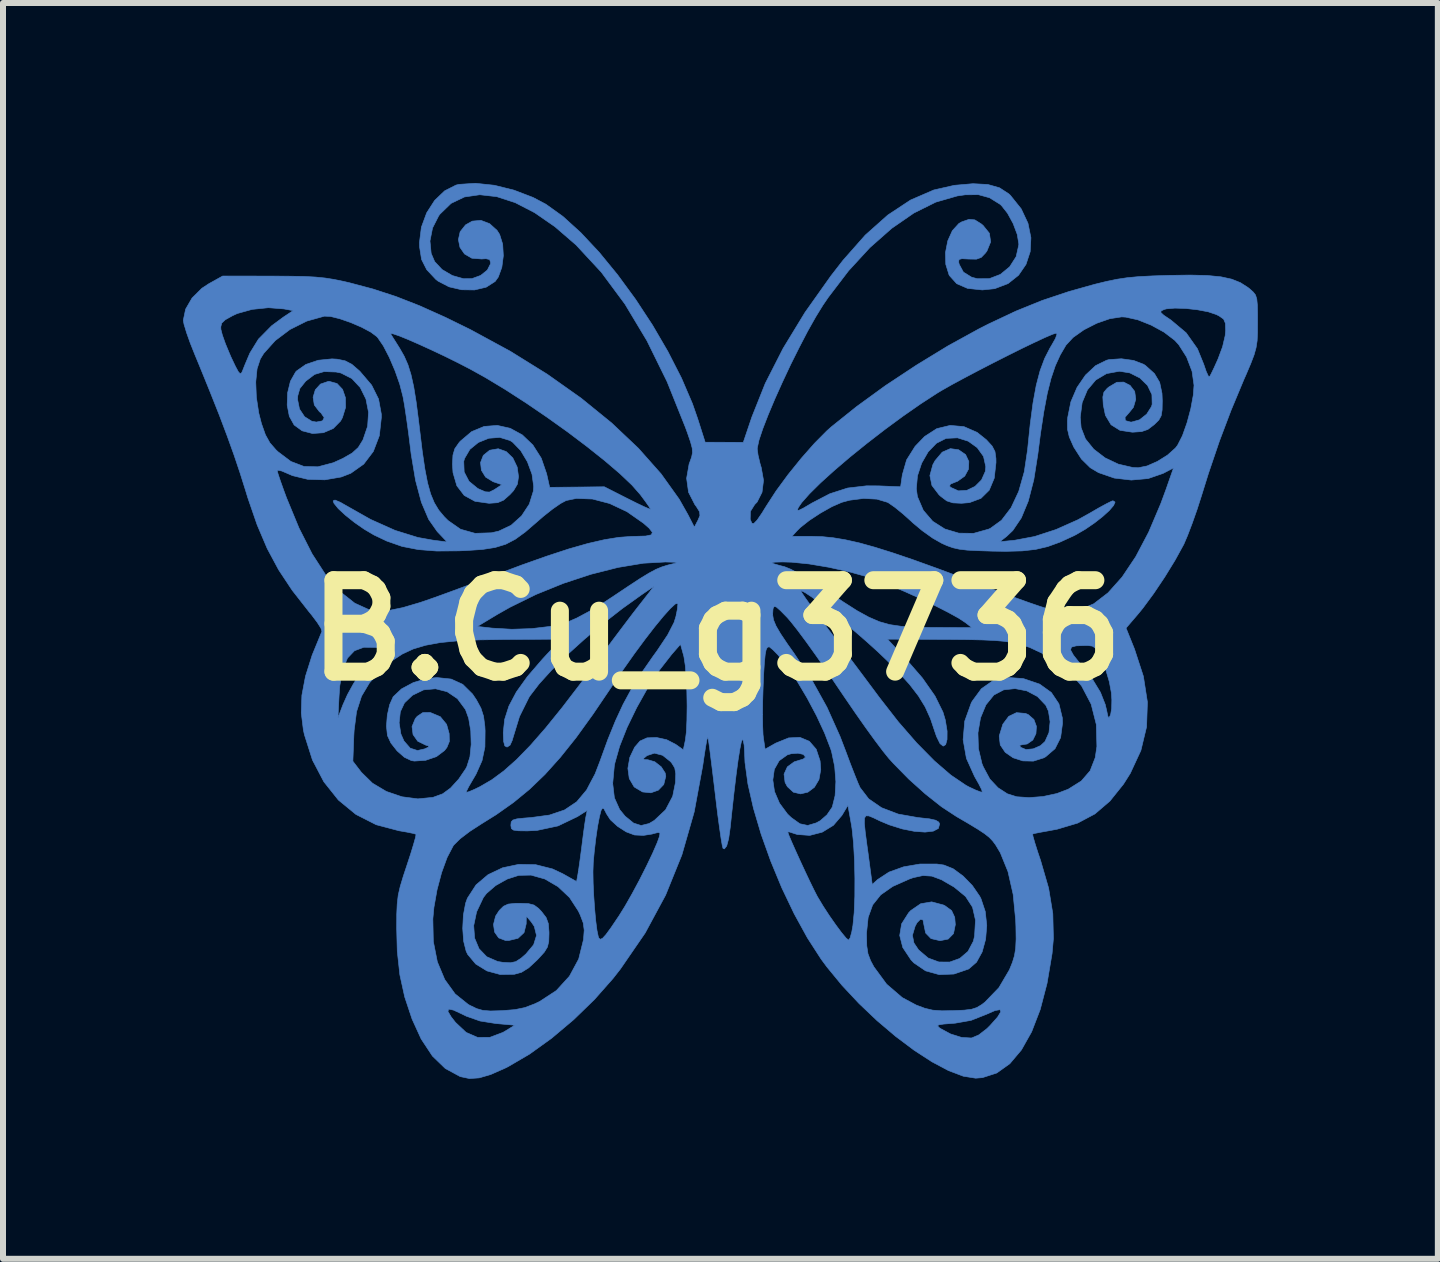
<source format=kicad_pcb>
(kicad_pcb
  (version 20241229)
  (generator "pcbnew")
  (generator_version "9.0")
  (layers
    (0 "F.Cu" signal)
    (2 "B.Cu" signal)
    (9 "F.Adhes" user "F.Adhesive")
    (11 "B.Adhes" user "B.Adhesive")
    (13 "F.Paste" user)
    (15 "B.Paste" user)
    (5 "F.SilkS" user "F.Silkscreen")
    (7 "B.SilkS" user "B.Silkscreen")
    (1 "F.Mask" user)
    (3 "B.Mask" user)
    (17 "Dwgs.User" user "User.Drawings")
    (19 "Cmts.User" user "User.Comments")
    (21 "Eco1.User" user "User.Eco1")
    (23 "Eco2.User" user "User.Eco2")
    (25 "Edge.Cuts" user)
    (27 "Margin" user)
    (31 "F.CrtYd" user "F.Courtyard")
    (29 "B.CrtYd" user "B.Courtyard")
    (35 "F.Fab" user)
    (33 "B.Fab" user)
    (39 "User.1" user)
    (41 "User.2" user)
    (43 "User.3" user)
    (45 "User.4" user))
  (footprint "B.Cu_g3736"
    (layer "F.Cu")
    (at 8.895 7.456)
    (property "Reference" "B.Cu_g3736" (at 0 0 0) (layer "F.SilkS") (effects (font (size 1.524 1.524) (thickness 0.3))))
    (attr through_hole)
    (fp_poly (pts (xy -3.706 -7.418) (xy -3.379 -7.337) (xy -3.06 -7.215) (xy -2.846 -7.102) (xy -2.564 -6.9) (xy -2.264 -6.628) (xy -1.957 -6.3) (xy -1.65 -5.925) (xy -1.351 -5.517) (xy -1.068 -5.086) (xy -0.811 -4.645) (xy -0.586 -4.205) (xy -0.403 -3.778) (xy -0.315 -3.525) (xy -0.191 -3.135) (xy 0.127 -3.134) (xy 0.445 -3.133) (xy 0.588 -3.556) (xy 0.811 -4.115) (xy 1.108 -4.698) (xy 1.474 -5.299) (xy 1.906 -5.908) (xy 2.108 -6.168) (xy 2.478 -6.587) (xy 2.853 -6.921) (xy 3.233 -7.172) (xy 3.619 -7.339) (xy 3.962 -7.417) (xy 4.273 -7.444) (xy 4.521 -7.431) (xy 4.715 -7.376) (xy 4.869 -7.276) (xy 4.896 -7.251) (xy 5.077 -7.025) (xy 5.19 -6.785) (xy 5.239 -6.544) (xy 5.227 -6.311) (xy 5.157 -6.099) (xy 5.033 -5.918) (xy 4.858 -5.779) (xy 4.635 -5.694) (xy 4.429 -5.673) (xy 4.183 -5.699) (xy 4.002 -5.778) (xy 3.882 -5.911) (xy 3.874 -5.925) (xy 3.82 -6.1) (xy 3.815 -6.296) (xy 3.853 -6.491) (xy 3.929 -6.66) (xy 4.038 -6.78) (xy 4.084 -6.807) (xy 4.207 -6.85) (xy 4.304 -6.841) (xy 4.411 -6.774) (xy 4.442 -6.748) (xy 4.547 -6.618) (xy 4.568 -6.474) (xy 4.506 -6.322) (xy 4.481 -6.288) (xy 4.411 -6.215) (xy 4.331 -6.186) (xy 4.205 -6.188) (xy 4.204 -6.188) (xy 4.09 -6.194) (xy 4.04 -6.181) (xy 4.035 -6.137) (xy 4.044 -6.099) (xy 4.114 -5.97) (xy 4.25 -5.886) (xy 4.346 -5.86) (xy 4.545 -5.861) (xy 4.73 -5.932) (xy 4.885 -6.059) (xy 4.993 -6.228) (xy 5.037 -6.425) (xy 5.037 -6.443) (xy 5.011 -6.599) (xy 4.943 -6.78) (xy 4.849 -6.952) (xy 4.746 -7.082) (xy 4.723 -7.102) (xy 4.549 -7.21) (xy 4.364 -7.261) (xy 4.143 -7.259) (xy 4.012 -7.24) (xy 3.654 -7.137) (xy 3.288 -6.955) (xy 2.919 -6.7) (xy 2.554 -6.378) (xy 2.199 -5.992) (xy 1.861 -5.549) (xy 1.772 -5.419) (xy 1.652 -5.224) (xy 1.518 -4.986) (xy 1.378 -4.717) (xy 1.235 -4.431) (xy 1.098 -4.139) (xy 0.97 -3.854) (xy 0.859 -3.59) (xy 0.769 -3.358) (xy 0.707 -3.172) (xy 0.679 -3.044) (xy 0.677 -3.023) (xy 0.691 -2.919) (xy 0.724 -2.779) (xy 0.744 -2.712) (xy 0.782 -2.499) (xy 0.757 -2.3) (xy 0.675 -2.137) (xy 0.635 -2.096) (xy 0.563 -1.981) (xy 0.56 -1.849) (xy 0.588 -1.784) (xy 0.62 -1.779) (xy 0.676 -1.837) (xy 0.761 -1.961) (xy 0.787 -2.004) (xy 1.346 -2.004) (xy 1.371 -2) (xy 1.444 -2.035) (xy 1.578 -2.114) (xy 1.582 -2.117) (xy 1.888 -2.276) (xy 2.183 -2.371) (xy 2.5 -2.408) (xy 2.702 -2.407) (xy 3.067 -2.392) (xy 3.096 -2.593) (xy 3.167 -2.84) (xy 3.309 -3.066) (xy 3.467 -3.23) (xy 3.67 -3.361) (xy 3.893 -3.415) (xy 4.122 -3.395) (xy 4.342 -3.299) (xy 4.496 -3.176) (xy 4.593 -3.07) (xy 4.64 -2.979) (xy 4.656 -2.864) (xy 4.657 -2.798) (xy 4.628 -2.536) (xy 4.544 -2.335) (xy 4.406 -2.199) (xy 4.215 -2.128) (xy 4.082 -2.117) (xy 3.938 -2.124) (xy 3.836 -2.157) (xy 3.738 -2.231) (xy 3.707 -2.259) (xy 3.589 -2.414) (xy 3.555 -2.579) (xy 3.604 -2.759) (xy 3.641 -2.827) (xy 3.761 -2.969) (xy 3.896 -3.028) (xy 4.034 -3.009) (xy 4.15 -2.929) (xy 4.204 -2.814) (xy 4.199 -2.687) (xy 4.136 -2.57) (xy 4.018 -2.485) (xy 3.987 -2.473) (xy 3.898 -2.437) (xy 3.883 -2.404) (xy 3.902 -2.382) (xy 4.031 -2.324) (xy 4.172 -2.333) (xy 4.307 -2.398) (xy 4.416 -2.507) (xy 4.479 -2.648) (xy 4.487 -2.726) (xy 4.449 -2.898) (xy 4.344 -3.044) (xy 4.194 -3.152) (xy 4.015 -3.208) (xy 3.826 -3.199) (xy 3.823 -3.198) (xy 3.665 -3.118) (xy 3.526 -2.974) (xy 3.418 -2.786) (xy 3.348 -2.575) (xy 3.329 -2.36) (xy 3.347 -2.229) (xy 3.445 -2) (xy 3.602 -1.817) (xy 3.805 -1.688) (xy 4.037 -1.619) (xy 4.285 -1.616) (xy 4.534 -1.686) (xy 4.563 -1.699) (xy 4.749 -1.834) (xy 4.908 -2.042) (xy 5.036 -2.315) (xy 5.129 -2.643) (xy 5.183 -3.006) (xy 5.227 -3.434) (xy 5.274 -3.79) (xy 5.328 -4.084) (xy 5.392 -4.327) (xy 5.468 -4.531) (xy 5.558 -4.707) (xy 5.585 -4.752) (xy 5.649 -4.865) (xy 5.673 -4.936) (xy 5.661 -4.953) (xy 5.599 -4.934) (xy 5.475 -4.881) (xy 5.301 -4.8) (xy 5.091 -4.699) (xy 4.856 -4.582) (xy 4.609 -4.457) (xy 4.363 -4.33) (xy 4.13 -4.207) (xy 3.922 -4.095) (xy 3.753 -3.999) (xy 3.683 -3.957) (xy 3.404 -3.776) (xy 3.108 -3.57) (xy 2.806 -3.348) (xy 2.507 -3.117) (xy 2.222 -2.887) (xy 1.961 -2.664) (xy 1.733 -2.458) (xy 1.549 -2.276) (xy 1.417 -2.127) (xy 1.361 -2.044) (xy 1.346 -2.004) (xy 0.787 -2.004) (xy 0.831 -2.075) (xy 0.992 -2.323) (xy 1.191 -2.594) (xy 1.41 -2.865) (xy 1.631 -3.116) (xy 1.836 -3.323) (xy 1.911 -3.39) (xy 2.334 -3.729) (xy 2.814 -4.078) (xy 3.33 -4.419) (xy 3.856 -4.74) (xy 4.371 -5.023) (xy 4.53 -5.104) (xy 4.938 -5.296) (xy 7.405 -5.296) (xy 7.454 -5.251) (xy 7.566 -5.176) (xy 7.572 -5.172) (xy 7.826 -4.959) (xy 8.015 -4.692) (xy 8.119 -4.436) (xy 8.161 -4.314) (xy 8.196 -4.238) (xy 8.216 -4.225) (xy 8.244 -4.276) (xy 8.295 -4.382) (xy 8.358 -4.522) (xy 8.361 -4.53) (xy 8.434 -4.726) (xy 8.477 -4.91) (xy 8.485 -4.995) (xy 8.481 -5.117) (xy 8.451 -5.187) (xy 8.377 -5.239) (xy 8.33 -5.263) (xy 8.197 -5.308) (xy 8.019 -5.342) (xy 7.824 -5.364) (xy 7.64 -5.37) (xy 7.498 -5.358) (xy 7.459 -5.347) (xy 7.409 -5.323) (xy 7.405 -5.296) (xy 4.938 -5.296) (xy 4.991 -5.321) (xy 5.425 -5.497) (xy 5.871 -5.646) (xy 6.298 -5.766) (xy 6.498 -5.815) (xy 6.672 -5.851) (xy 6.844 -5.877) (xy 7.034 -5.895) (xy 7.267 -5.907) (xy 7.539 -5.916) (xy 7.895 -5.921) (xy 8.18 -5.914) (xy 8.406 -5.892) (xy 8.585 -5.853) (xy 8.73 -5.795) (xy 8.854 -5.716) (xy 8.887 -5.69) (xy 8.945 -5.638) (xy 8.983 -5.589) (xy 9.004 -5.522) (xy 9.014 -5.419) (xy 9.017 -5.262) (xy 9.017 -5.141) (xy 9.016 -4.962) (xy 9.01 -4.826) (xy 8.992 -4.71) (xy 8.959 -4.591) (xy 8.904 -4.447) (xy 8.823 -4.256) (xy 8.79 -4.182) (xy 8.575 -3.666) (xy 8.382 -3.156) (xy 8.199 -2.617) (xy 8.084 -2.248) (xy 8.009 -2.014) (xy 7.928 -1.784) (xy 7.851 -1.582) (xy 7.788 -1.434) (xy 7.782 -1.423) (xy 7.642 -1.168) (xy 7.47 -0.888) (xy 7.284 -0.611) (xy 7.104 -0.367) (xy 7.018 -0.262) (xy 6.825 -0.037) (xy 6.966 0.314) (xy 7.114 0.768) (xy 7.181 1.198) (xy 7.167 1.609) (xy 7.072 2.004) (xy 6.895 2.386) (xy 6.782 2.565) (xy 6.555 2.848) (xy 6.306 3.061) (xy 6.018 3.214) (xy 5.676 3.316) (xy 5.526 3.344) (xy 5.392 3.368) (xy 5.298 3.387) (xy 5.267 3.397) (xy 5.275 3.44) (xy 5.305 3.545) (xy 5.353 3.697) (xy 5.401 3.839) (xy 5.534 4.298) (xy 5.604 4.724) (xy 5.614 5.138) (xy 5.592 5.387) (xy 5.508 5.885) (xy 5.394 6.322) (xy 5.251 6.693) (xy 5.081 6.995) (xy 4.887 7.225) (xy 4.669 7.38) (xy 4.431 7.457) (xy 4.318 7.466) (xy 4.112 7.433) (xy 3.866 7.34) (xy 3.589 7.193) (xy 3.292 7) (xy 2.984 6.769) (xy 2.778 6.594) (xy 3.683 6.594) (xy 3.71 6.623) (xy 3.731 6.638) (xy 3.9 6.729) (xy 4.082 6.786) (xy 4.242 6.796) (xy 4.255 6.794) (xy 4.37 6.745) (xy 4.507 6.639) (xy 4.561 6.585) (xy 4.683 6.448) (xy 4.737 6.36) (xy 4.724 6.324) (xy 4.642 6.338) (xy 4.493 6.403) (xy 4.488 6.405) (xy 4.242 6.502) (xy 3.977 6.549) (xy 3.937 6.552) (xy 3.784 6.564) (xy 3.703 6.577) (xy 3.683 6.594) (xy 2.778 6.594) (xy 2.675 6.507) (xy 2.374 6.221) (xy 2.092 5.92) (xy 1.838 5.611) (xy 1.742 5.481) (xy 1.513 5.126) (xy 1.293 4.725) (xy 1.087 4.294) (xy 0.902 3.847) (xy 0.742 3.399) (xy 0.731 3.361) (xy 1.185 3.361) (xy 1.202 3.411) (xy 1.248 3.52) (xy 1.315 3.671) (xy 1.394 3.845) (xy 1.478 4.026) (xy 1.559 4.197) (xy 1.629 4.34) (xy 1.679 4.437) (xy 1.683 4.444) (xy 1.775 4.597) (xy 1.88 4.758) (xy 1.987 4.911) (xy 2.083 5.04) (xy 2.158 5.13) (xy 2.2 5.165) (xy 2.2 5.165) (xy 2.226 5.126) (xy 2.253 5.028) (xy 2.272 4.921) (xy 2.293 4.705) (xy 2.304 4.434) (xy 2.305 4.132) (xy 2.298 3.827) (xy 2.282 3.545) (xy 2.258 3.312) (xy 2.248 3.247) (xy 2.189 2.918) (xy 2.089 3.085) (xy 1.947 3.251) (xy 1.761 3.365) (xy 1.553 3.419) (xy 1.346 3.404) (xy 1.294 3.388) (xy 1.215 3.362) (xy 1.185 3.361) (xy 0.731 3.361) (xy 0.614 2.966) (xy 0.522 2.562) (xy 0.473 2.203) (xy 0.466 2.036) (xy 0.459 1.914) (xy 0.443 1.836) (xy 0.429 1.82) (xy 0.412 1.861) (xy 0.388 1.979) (xy 0.358 2.165) (xy 0.325 2.412) (xy 0.289 2.713) (xy 0.251 3.059) (xy 0.227 3.287) (xy 0.201 3.473) (xy 0.168 3.595) (xy 0.13 3.644) (xy 0.107 3.635) (xy 0.094 3.587) (xy 0.074 3.469) (xy 0.049 3.296) (xy 0.02 3.083) (xy -0.000459 2.917) (xy -0.041 2.577) (xy -0.073 2.313) (xy -0.098 2.114) (xy -0.116 1.972) (xy -0.129 1.878) (xy -0.138 1.822) (xy -0.145 1.795) (xy -0.15 1.788) (xy -0.153 1.79) (xy -0.164 1.835) (xy -0.184 1.946) (xy -0.209 2.106) (xy -0.232 2.262) (xy -0.374 3.029) (xy -0.579 3.744) (xy -0.85 4.414) (xy -1.191 5.046) (xy -1.604 5.647) (xy -1.727 5.804) (xy -2.035 6.153) (xy -2.382 6.49) (xy -2.75 6.8) (xy -3.12 7.066) (xy -3.474 7.273) (xy -3.526 7.299) (xy -3.766 7.405) (xy -3.958 7.461) (xy -4.12 7.472) (xy -4.271 7.44) (xy -4.282 7.435) (xy -4.523 7.304) (xy -4.737 7.097) (xy -4.925 6.812) (xy -5.076 6.481) (xy -5.119 6.352) (xy -4.479 6.352) (xy -4.426 6.442) (xy -4.353 6.536) (xy -4.175 6.703) (xy -3.984 6.786) (xy -3.779 6.785) (xy -3.56 6.702) (xy -3.514 6.675) (xy -3.365 6.583) (xy -3.679 6.555) (xy -3.943 6.513) (xy -4.173 6.432) (xy -4.24 6.399) (xy -4.386 6.331) (xy -4.465 6.315) (xy -4.479 6.352) (xy -5.119 6.352) (xy -5.199 6.112) (xy -5.28 5.743) (xy -5.323 5.348) (xy -5.333 4.965) (xy -5.332 4.811) (xy -4.73 4.811) (xy -4.722 5.187) (xy -4.655 5.527) (xy -4.532 5.821) (xy -4.359 6.061) (xy -4.138 6.238) (xy -4.106 6.255) (xy -3.998 6.307) (xy -3.896 6.336) (xy -3.771 6.346) (xy -3.595 6.341) (xy -3.571 6.34) (xy -3.361 6.323) (xy -3.196 6.289) (xy -3.033 6.227) (xy -2.949 6.187) (xy -2.671 6.005) (xy -2.453 5.766) (xy -2.299 5.48) (xy -2.219 5.157) (xy -2.218 5.148) (xy -2.207 4.999) (xy -2.223 4.878) (xy -2.273 4.746) (xy -2.305 4.679) (xy -2.451 4.455) (xy -2.643 4.274) (xy -2.862 4.146) (xy -3.093 4.081) (xy -3.298 4.085) (xy -3.493 4.148) (xy -3.683 4.255) (xy -3.835 4.386) (xy -3.888 4.455) (xy -4.001 4.694) (xy -4.049 4.923) (xy -4.034 5.131) (xy -3.96 5.308) (xy -3.831 5.442) (xy -3.649 5.521) (xy -3.563 5.535) (xy -3.437 5.542) (xy -3.347 5.523) (xy -3.259 5.466) (xy -3.18 5.397) (xy -3.05 5.242) (xy -3.002 5.087) (xy -3.039 4.936) (xy -3.089 4.862) (xy -3.172 4.763) (xy -3.174 4.894) (xy -3.21 5.04) (xy -3.31 5.134) (xy -3.465 5.171) (xy -3.521 5.17) (xy -3.633 5.127) (xy -3.701 5.03) (xy -3.719 4.903) (xy -3.684 4.764) (xy -3.623 4.67) (xy -3.552 4.6) (xy -3.474 4.564) (xy -3.357 4.552) (xy -3.281 4.551) (xy -3.137 4.556) (xy -3.044 4.58) (xy -2.969 4.635) (xy -2.918 4.689) (xy -2.842 4.788) (xy -2.805 4.889) (xy -2.794 5.03) (xy -2.794 5.06) (xy -2.798 5.188) (xy -2.82 5.28) (xy -2.872 5.365) (xy -2.969 5.472) (xy -2.995 5.499) (xy -3.133 5.627) (xy -3.252 5.701) (xy -3.371 5.734) (xy -3.607 5.738) (xy -3.828 5.678) (xy -4.015 5.563) (xy -4.149 5.403) (xy -4.175 5.349) (xy -4.217 5.182) (xy -4.232 4.969) (xy -4.221 4.747) (xy -4.184 4.549) (xy -4.154 4.466) (xy -4.01 4.244) (xy -3.81 4.074) (xy -3.568 3.959) (xy -3.299 3.902) (xy -3.016 3.907) (xy -2.735 3.978) (xy -2.567 4.057) (xy -2.334 4.188) (xy -2.313 4.073) (xy -2.305 4.023) (xy -2.061 4.023) (xy -2.058 4.215) (xy -2.048 4.428) (xy -2.033 4.643) (xy -2.015 4.841) (xy -1.994 5.003) (xy -1.972 5.108) (xy -1.962 5.132) (xy -1.938 5.151) (xy -1.901 5.134) (xy -1.845 5.073) (xy -1.76 4.957) (xy -1.64 4.779) (xy -1.632 4.768) (xy -1.527 4.599) (xy -1.408 4.39) (xy -1.284 4.159) (xy -1.167 3.927) (xy -1.065 3.713) (xy -0.989 3.538) (xy -0.955 3.443) (xy -0.943 3.384) (xy -0.97 3.369) (xy -1.056 3.39) (xy -1.073 3.396) (xy -1.219 3.419) (xy -1.37 3.412) (xy -1.372 3.411) (xy -1.508 3.36) (xy -1.651 3.268) (xy -1.771 3.158) (xy -1.841 3.05) (xy -1.842 3.045) (xy -1.877 2.978) (xy -1.901 2.963) (xy -1.926 3.003) (xy -1.954 3.112) (xy -1.985 3.274) (xy -2.014 3.474) (xy -2.04 3.697) (xy -2.056 3.873) (xy -2.061 4.023) (xy -2.305 4.023) (xy -2.298 3.979) (xy -2.277 3.829) (xy -2.253 3.648) (xy -2.244 3.577) (xy -2.221 3.395) (xy -2.199 3.236) (xy -2.182 3.125) (xy -2.177 3.1) (xy -2.157 3.003) (xy -2.32 3.106) (xy -2.643 3.261) (xy -2.994 3.336) (xy -3.155 3.344) (xy -3.303 3.342) (xy -3.385 3.331) (xy -3.421 3.305) (xy -3.429 3.255) (xy -3.429 3.245) (xy -3.424 3.194) (xy -3.396 3.163) (xy -3.328 3.143) (xy -3.204 3.13) (xy -3.096 3.122) (xy -2.786 3.08) (xy -2.535 2.995) (xy -2.332 2.859) (xy -2.167 2.662) (xy -2.11 2.553) (xy -1.732 2.553) (xy -1.704 2.792) (xy -1.616 2.988) (xy -1.525 3.099) (xy -1.384 3.214) (xy -1.258 3.254) (xy -1.125 3.221) (xy -1.038 3.169) (xy -0.851 2.993) (xy -0.732 2.767) (xy -0.686 2.537) (xy -0.681 2.39) (xy -0.698 2.294) (xy -0.746 2.216) (xy -0.768 2.189) (xy -0.9 2.084) (xy -1.036 2.048) (xy -1.158 2.088) (xy -1.164 2.092) (xy -1.221 2.14) (xy -1.205 2.156) (xy -1.146 2.158) (xy -1.03 2.192) (xy -0.924 2.275) (xy -0.857 2.379) (xy -0.847 2.432) (xy -0.881 2.571) (xy -0.971 2.665) (xy -1.096 2.709) (xy -1.234 2.695) (xy -1.367 2.616) (xy -1.378 2.605) (xy -1.456 2.471) (xy -1.479 2.301) (xy -1.447 2.119) (xy -1.366 1.949) (xy -1.277 1.846) (xy -1.16 1.793) (xy -1.002 1.787) (xy -0.833 1.824) (xy -0.683 1.901) (xy -0.555 1.992) (xy -0.521 1.832) (xy -0.504 1.694) (xy -0.495 1.498) (xy -0.494 1.402) (xy 0.766 1.402) (xy 0.768 1.595) (xy 0.774 1.741) (xy 0.78 1.793) (xy 0.808 1.982) (xy 0.986 1.881) (xy 1.2 1.794) (xy 1.389 1.785) (xy 1.545 1.85) (xy 1.66 1.982) (xy 1.725 2.178) (xy 1.736 2.322) (xy 1.706 2.489) (xy 1.63 2.617) (xy 1.522 2.698) (xy 1.4 2.727) (xy 1.28 2.699) (xy 1.179 2.606) (xy 1.141 2.535) (xy 1.124 2.398) (xy 1.179 2.277) (xy 1.293 2.193) (xy 1.357 2.173) (xy 1.445 2.146) (xy 1.482 2.114) (xy 1.482 2.114) (xy 1.446 2.069) (xy 1.357 2.049) (xy 1.246 2.057) (xy 1.18 2.076) (xy 1.043 2.174) (xy 0.962 2.318) (xy 0.937 2.495) (xy 0.965 2.688) (xy 1.048 2.882) (xy 1.182 3.063) (xy 1.244 3.122) (xy 1.388 3.225) (xy 1.519 3.253) (xy 1.66 3.211) (xy 1.728 3.174) (xy 1.84 3.076) (xy 1.924 2.953) (xy 1.929 2.943) (xy 1.975 2.757) (xy 1.988 2.523) (xy 1.968 2.27) (xy 1.917 2.026) (xy 1.902 1.978) (xy 1.8 1.713) (xy 1.666 1.425) (xy 1.511 1.133) (xy 1.346 0.855) (xy 1.181 0.609) (xy 1.026 0.414) (xy 0.939 0.325) (xy 0.877 0.275) (xy 0.845 0.285) (xy 0.825 0.326) (xy 0.81 0.403) (xy 0.796 0.545) (xy 0.784 0.735) (xy 0.775 0.954) (xy 0.768 1.182) (xy 0.766 1.402) (xy -0.494 1.402) (xy -0.492 1.266) (xy -0.496 1.022) (xy -0.506 0.789) (xy -0.522 0.589) (xy -0.544 0.445) (xy -0.549 0.423) (xy -0.602 0.233) (xy -0.749 0.402) (xy -0.951 0.661) (xy -1.15 0.964) (xy -1.333 1.291) (xy -1.493 1.621) (xy -1.617 1.934) (xy -1.695 2.21) (xy -1.705 2.259) (xy -1.732 2.553) (xy -2.11 2.553) (xy -2.026 2.395) (xy -1.951 2.201) (xy -1.814 1.824) (xy -1.686 1.509) (xy -1.558 1.233) (xy -1.419 0.977) (xy -1.257 0.718) (xy -1.062 0.437) (xy -0.988 0.335) (xy -0.816 0.077) (xy -0.709 -0.131) (xy -0.678 -0.231) (xy -0.672 -0.26) (xy 0.934 -0.26) (xy 0.948 -0.174) (xy 0.99 -0.073) (xy 1.065 0.056) (xy 1.181 0.229) (xy 1.289 0.381) (xy 1.59 0.833) (xy 1.84 1.284) (xy 2.057 1.768) (xy 2.157 2.029) (xy 2.231 2.228) (xy 2.301 2.407) (xy 2.357 2.546) (xy 2.391 2.622) (xy 2.535 2.81) (xy 2.75 2.958) (xy 3.028 3.064) (xy 3.362 3.123) (xy 3.376 3.124) (xy 3.548 3.143) (xy 3.651 3.166) (xy 3.703 3.197) (xy 3.717 3.228) (xy 3.697 3.303) (xy 3.612 3.348) (xy 3.474 3.364) (xy 3.296 3.351) (xy 3.094 3.311) (xy 2.878 3.243) (xy 2.725 3.179) (xy 2.615 3.126) (xy 2.538 3.094) (xy 2.489 3.093) (xy 2.465 3.131) (xy 2.463 3.22) (xy 2.478 3.368) (xy 2.507 3.587) (xy 2.525 3.716) (xy 2.594 4.237) (xy 2.684 4.155) (xy 2.873 4.031) (xy 3.117 3.943) (xy 3.391 3.896) (xy 3.67 3.896) (xy 3.789 3.913) (xy 3.943 3.975) (xy 4.108 4.096) (xy 4.263 4.255) (xy 4.386 4.434) (xy 4.407 4.475) (xy 4.478 4.688) (xy 4.503 4.92) (xy 4.484 5.151) (xy 4.426 5.362) (xy 4.332 5.533) (xy 4.204 5.644) (xy 4.201 5.646) (xy 3.956 5.73) (xy 3.711 5.74) (xy 3.484 5.677) (xy 3.288 5.544) (xy 3.239 5.492) (xy 3.103 5.287) (xy 3.052 5.087) (xy 3.084 4.893) (xy 3.201 4.709) (xy 3.237 4.671) (xy 3.402 4.558) (xy 3.585 4.527) (xy 3.781 4.579) (xy 3.807 4.592) (xy 3.917 4.672) (xy 3.969 4.784) (xy 3.979 4.906) (xy 3.949 5.056) (xy 3.86 5.147) (xy 3.725 5.174) (xy 3.574 5.139) (xy 3.484 5.046) (xy 3.457 4.917) (xy 3.44 4.829) (xy 3.398 4.816) (xy 3.34 4.875) (xy 3.308 4.936) (xy 3.264 5.084) (xy 3.289 5.212) (xy 3.367 5.328) (xy 3.526 5.463) (xy 3.705 5.529) (xy 3.886 5.53) (xy 4.053 5.47) (xy 4.19 5.353) (xy 4.28 5.183) (xy 4.3 5.095) (xy 4.315 4.831) (xy 4.266 4.616) (xy 4.15 4.437) (xy 3.959 4.28) (xy 3.945 4.272) (xy 3.748 4.158) (xy 3.588 4.098) (xy 3.44 4.088) (xy 3.279 4.123) (xy 3.211 4.147) (xy 2.935 4.27) (xy 2.735 4.41) (xy 2.601 4.578) (xy 2.526 4.786) (xy 2.499 5.045) (xy 2.499 5.08) (xy 2.503 5.261) (xy 2.523 5.392) (xy 2.567 5.508) (xy 2.621 5.609) (xy 2.834 5.899) (xy 3.095 6.123) (xy 3.327 6.247) (xy 3.471 6.301) (xy 3.602 6.332) (xy 3.753 6.343) (xy 3.944 6.34) (xy 4.127 6.332) (xy 4.25 6.317) (xy 4.339 6.288) (xy 4.42 6.239) (xy 4.473 6.198) (xy 4.705 5.958) (xy 4.881 5.659) (xy 4.931 5.536) (xy 4.965 5.424) (xy 4.985 5.301) (xy 4.992 5.147) (xy 4.989 4.94) (xy 4.985 4.834) (xy 4.943 4.402) (xy 4.857 4.023) (xy 4.729 3.708) (xy 4.65 3.576) (xy 4.601 3.511) (xy 4.545 3.452) (xy 4.468 3.391) (xy 4.356 3.317) (xy 4.196 3.22) (xy 3.997 3.104) (xy 3.75 2.942) (xy 3.478 2.727) (xy 3.203 2.48) (xy 2.946 2.218) (xy 2.869 2.133) (xy 2.774 2.015) (xy 2.642 1.84) (xy 2.484 1.622) (xy 2.31 1.374) (xy 2.129 1.11) (xy 2.008 0.931) (xy 1.831 0.669) (xy 1.655 0.418) (xy 1.491 0.189) (xy 1.348 -0.003) (xy 1.235 -0.146) (xy 1.178 -0.212) (xy 1.065 -0.327) (xy 0.997 -0.387) (xy 0.961 -0.399) (xy 0.944 -0.37) (xy 0.939 -0.345) (xy 0.934 -0.26) (xy -0.672 -0.26) (xy -0.654 -0.352) (xy -0.646 -0.433) (xy -0.649 -0.451) (xy -0.691 -0.437) (xy -0.773 -0.361) (xy -0.889 -0.232) (xy -1.032 -0.058) (xy -1.195 0.153) (xy -1.371 0.391) (xy -1.553 0.649) (xy -1.736 0.918) (xy -1.755 0.948) (xy -2.062 1.401) (xy -2.342 1.789) (xy -2.606 2.119) (xy -2.861 2.403) (xy -3.118 2.65) (xy -3.386 2.87) (xy -3.675 3.074) (xy -3.914 3.223) (xy -4.115 3.353) (xy -4.275 3.475) (xy -4.379 3.578) (xy -4.391 3.594) (xy -4.492 3.787) (xy -4.584 4.039) (xy -4.66 4.325) (xy -4.712 4.619) (xy -4.73 4.811) (xy -5.332 4.811) (xy -5.332 4.735) (xy -5.324 4.561) (xy -5.307 4.415) (xy -5.274 4.271) (xy -5.222 4.098) (xy -5.163 3.92) (xy -5.1 3.728) (xy -5.051 3.567) (xy -5.019 3.453) (xy -5.01 3.401) (xy -5.01 3.4) (xy -5.057 3.386) (xy -5.164 3.364) (xy -5.297 3.341) (xy -5.675 3.241) (xy -6.013 3.069) (xy -6.305 2.829) (xy -6.547 2.525) (xy -6.726 2.183) (xy -6.063 2.183) (xy -5.921 2.368) (xy -5.736 2.549) (xy -5.504 2.687) (xy -5.245 2.775) (xy -4.98 2.81) (xy -4.728 2.785) (xy -4.566 2.726) (xy -4.435 2.63) (xy -4.299 2.481) (xy -4.181 2.307) (xy -4.163 2.272) (xy -4.112 2.111) (xy -4.091 1.902) (xy -4.098 1.677) (xy -4.133 1.467) (xy -4.186 1.321) (xy -4.32 1.14) (xy -4.492 1.024) (xy -4.685 0.975) (xy -4.883 0.993) (xy -5.069 1.083) (xy -5.203 1.211) (xy -5.272 1.358) (xy -5.292 1.542) (xy -5.263 1.728) (xy -5.211 1.846) (xy -5.107 1.965) (xy -4.986 2.004) (xy -4.867 1.977) (xy -4.798 1.945) (xy -4.804 1.927) (xy -4.847 1.915) (xy -4.982 1.849) (xy -5.06 1.738) (xy -5.077 1.605) (xy -5.023 1.473) (xy -4.991 1.435) (xy -4.897 1.372) (xy -4.782 1.37) (xy -4.769 1.372) (xy -4.606 1.44) (xy -4.501 1.568) (xy -4.458 1.722) (xy -4.455 1.854) (xy -4.496 1.954) (xy -4.536 2.005) (xy -4.67 2.106) (xy -4.849 2.167) (xy -5.037 2.18) (xy -5.088 2.172) (xy -5.204 2.117) (xy -5.326 2.01) (xy -5.429 1.879) (xy -5.487 1.754) (xy -5.503 1.598) (xy -5.489 1.414) (xy -5.45 1.24) (xy -5.393 1.112) (xy -5.391 1.108) (xy -5.252 0.977) (xy -5.056 0.872) (xy -4.832 0.805) (xy -4.662 0.788) (xy -4.425 0.813) (xy -4.232 0.901) (xy -4.07 1.061) (xy -4.002 1.162) (xy -3.928 1.299) (xy -3.885 1.433) (xy -3.863 1.601) (xy -3.859 1.675) (xy -3.862 1.945) (xy -3.91 2.173) (xy -4.01 2.398) (xy -4.068 2.497) (xy -4.131 2.605) (xy -4.168 2.68) (xy -4.172 2.701) (xy -4.129 2.691) (xy -4.035 2.651) (xy -3.945 2.607) (xy -3.749 2.493) (xy -3.548 2.345) (xy -3.335 2.156) (xy -3.105 1.92) (xy -2.853 1.632) (xy -2.573 1.286) (xy -2.259 0.876) (xy -2.06 0.608) (xy -1.887 0.372) (xy -1.709 0.133) (xy -1.541 -0.09) (xy -1.398 -0.279) (xy -1.305 -0.399) (xy -1.103 -0.657) (xy 1.404 -0.657) (xy 1.424 -0.62) (xy 1.488 -0.526) (xy 1.589 -0.386) (xy 1.719 -0.209) (xy 1.87 -0.005) (xy 1.912 0.05) (xy 2.094 0.292) (xy 2.279 0.539) (xy 2.455 0.774) (xy 2.607 0.978) (xy 2.715 1.123) (xy 3.028 1.525) (xy 3.336 1.879) (xy 3.631 2.178) (xy 3.906 2.415) (xy 4.156 2.584) (xy 4.206 2.611) (xy 4.322 2.665) (xy 4.404 2.696) (xy 4.429 2.697) (xy 4.418 2.655) (xy 4.371 2.562) (xy 4.3 2.437) (xy 4.299 2.435) (xy 4.164 2.135) (xy 4.109 1.824) (xy 4.136 1.514) (xy 4.244 1.213) (xy 4.26 1.183) (xy 4.413 0.975) (xy 4.603 0.842) (xy 4.832 0.785) (xy 5.099 0.804) (xy 5.122 0.808) (xy 5.384 0.897) (xy 5.579 1.037) (xy 5.706 1.226) (xy 5.763 1.461) (xy 5.766 1.549) (xy 5.734 1.789) (xy 5.641 1.974) (xy 5.484 2.109) (xy 5.451 2.127) (xy 5.28 2.181) (xy 5.104 2.177) (xy 4.942 2.125) (xy 4.811 2.034) (xy 4.728 1.911) (xy 4.711 1.766) (xy 4.712 1.758) (xy 4.771 1.566) (xy 4.869 1.435) (xy 4.998 1.373) (xy 5.148 1.386) (xy 5.193 1.404) (xy 5.289 1.487) (xy 5.331 1.601) (xy 5.323 1.723) (xy 5.271 1.829) (xy 5.177 1.895) (xy 5.111 1.905) (xy 5.052 1.916) (xy 5.066 1.95) (xy 5.157 1.988) (xy 5.278 1.976) (xy 5.399 1.923) (xy 5.474 1.854) (xy 5.54 1.706) (xy 5.559 1.524) (xy 5.531 1.347) (xy 5.487 1.25) (xy 5.348 1.104) (xy 5.171 1.01) (xy 4.975 0.972) (xy 4.785 0.993) (xy 4.622 1.079) (xy 4.489 1.243) (xy 4.399 1.46) (xy 4.356 1.71) (xy 4.364 1.972) (xy 4.424 2.225) (xy 4.446 2.278) (xy 4.554 2.479) (xy 4.691 2.625) (xy 4.847 2.726) (xy 5.003 2.775) (xy 5.21 2.789) (xy 5.441 2.771) (xy 5.672 2.721) (xy 5.861 2.649) (xy 6.079 2.512) (xy 6.226 2.342) (xy 6.311 2.124) (xy 6.339 1.937) (xy 6.329 1.57) (xy 6.243 1.231) (xy 6.084 0.928) (xy 5.857 0.665) (xy 5.566 0.449) (xy 5.309 0.328) (xy 5.9 0.328) (xy 5.948 0.415) (xy 6.056 0.551) (xy 6.075 0.574) (xy 6.267 0.819) (xy 6.398 1.034) (xy 6.478 1.237) (xy 6.501 1.334) (xy 6.522 1.434) (xy 6.539 1.46) (xy 6.561 1.42) (xy 6.569 1.399) (xy 6.585 1.302) (xy 6.588 1.159) (xy 6.58 1.041) (xy 6.546 0.858) (xy 6.486 0.654) (xy 6.433 0.519) (xy 6.367 0.379) (xy 6.317 0.3) (xy 6.264 0.264) (xy 6.189 0.254) (xy 6.144 0.254) (xy 5.995 0.259) (xy 5.915 0.28) (xy 5.9 0.328) (xy 5.309 0.328) (xy 5.217 0.285) (xy 5.038 0.23) (xy 4.925 0.204) (xy 4.795 0.184) (xy 4.635 0.17) (xy 4.432 0.161) (xy 4.172 0.155) (xy 3.842 0.152) (xy 3.805 0.152) (xy 2.848 0.148) (xy 3.145 0.466) (xy 3.43 0.795) (xy 3.64 1.095) (xy 3.773 1.364) (xy 3.812 1.495) (xy 3.842 1.681) (xy 3.841 1.821) (xy 3.818 1.906) (xy 3.777 1.931) (xy 3.724 1.889) (xy 3.666 1.771) (xy 3.639 1.693) (xy 3.565 1.473) (xy 3.477 1.278) (xy 3.364 1.094) (xy 3.216 0.902) (xy 3.021 0.687) (xy 2.842 0.505) (xy 2.69 0.36) (xy 2.511 0.198) (xy 2.317 0.029) (xy 2.117 -0.138) (xy 1.923 -0.296) (xy 1.745 -0.436) (xy 1.594 -0.549) (xy 1.48 -0.625) (xy 1.415 -0.658) (xy 1.404 -0.657) (xy -1.103 -0.657) (xy -1.042 -0.735) (xy -1.251 -0.592) (xy -1.571 -0.363) (xy -1.893 -0.112) (xy -2.204 0.15) (xy -2.494 0.412) (xy -2.749 0.663) (xy -2.958 0.893) (xy -3.109 1.09) (xy -3.127 1.117) (xy -3.286 1.438) (xy -3.402 1.817) (xy -3.405 1.831) (xy -3.443 1.915) (xy -3.493 1.947) (xy -3.53 1.927) (xy -3.55 1.854) (xy -3.556 1.713) (xy -3.556 1.704) (xy -3.533 1.485) (xy -3.462 1.263) (xy -3.338 1.029) (xy -3.154 0.772) (xy -2.905 0.483) (xy -2.845 0.418) (xy -2.592 0.148) (xy -3.529 0.153) (xy -3.958 0.16) (xy -4.313 0.176) (xy -4.608 0.205) (xy -4.852 0.25) (xy -5.059 0.312) (xy -5.239 0.396) (xy -5.404 0.504) (xy -5.565 0.639) (xy -5.593 0.665) (xy -5.786 0.876) (xy -5.919 1.099) (xy -6.002 1.357) (xy -6.042 1.668) (xy -6.047 1.758) (xy -6.063 2.183) (xy -6.726 2.183) (xy -6.737 2.162) (xy -6.87 1.743) (xy -6.888 1.663) (xy -6.913 1.46) (xy -6.312 1.46) (xy -6.229 1.242) (xy -6.153 1.072) (xy -6.055 0.894) (xy -6.009 0.822) (xy -5.897 0.673) (xy -5.769 0.522) (xy -5.713 0.463) (xy -5.554 0.305) (xy -5.683 0.286) (xy -5.88 0.283) (xy -6.036 0.341) (xy -6.153 0.464) (xy -6.233 0.657) (xy -6.281 0.924) (xy -6.293 1.091) (xy -6.312 1.46) (xy -6.913 1.46) (xy -6.923 1.378) (xy -6.913 1.084) (xy -6.853 0.767) (xy -6.742 0.415) (xy -6.579 0.018) (xy -6.595 -0.033) (xy -6.614 -0.064) (xy -3.988 -0.064) (xy -3.74 -0.036) (xy -3.415 -0.017) (xy -3.082 -0.028) (xy -2.771 -0.065) (xy -2.51 -0.128) (xy -2.498 -0.132) (xy -2.333 -0.203) (xy -2.12 -0.317) (xy -1.878 -0.464) (xy -1.706 -0.577) (xy -1.461 -0.741) (xy -1.273 -0.864) (xy -1.127 -0.953) (xy -1.012 -1.015) (xy -0.913 -1.056) (xy -0.817 -1.086) (xy -0.774 -1.097) (xy -0.686 -1.118) (xy -0.668 -1.128) (xy 0.92 -1.128) (xy 0.946 -1.111) (xy 1.051 -1.08) (xy 1.134 -1.059) (xy 1.235 -1.018) (xy 1.387 -0.938) (xy 1.571 -0.829) (xy 1.771 -0.702) (xy 1.832 -0.66) (xy 2.113 -0.472) (xy 2.342 -0.326) (xy 2.537 -0.219) (xy 2.713 -0.143) (xy 2.888 -0.094) (xy 3.08 -0.066) (xy 3.304 -0.052) (xy 3.578 -0.047) (xy 3.641 -0.047) (xy 4.255 -0.044) (xy 4.149 -0.127) (xy 4.035 -0.202) (xy 3.861 -0.298) (xy 3.642 -0.41) (xy 3.398 -0.527) (xy 3.144 -0.642) (xy 2.899 -0.747) (xy 2.679 -0.834) (xy 2.53 -0.886) (xy 2.206 -0.976) (xy 1.868 -1.051) (xy 1.54 -1.106) (xy 1.25 -1.135) (xy 1.101 -1.139) (xy 0.972 -1.136) (xy 0.92 -1.128) (xy -0.668 -1.128) (xy -0.664 -1.13) (xy -0.713 -1.135) (xy -0.84 -1.138) (xy -0.847 -1.139) (xy -1.221 -1.118) (xy -1.642 -1.048) (xy -2.093 -0.934) (xy -2.555 -0.782) (xy -3.011 -0.597) (xy -3.444 -0.384) (xy -3.656 -0.264) (xy -3.988 -0.064) (xy -6.614 -0.064) (xy -6.656 -0.13) (xy -6.751 -0.256) (xy -6.804 -0.321) (xy -7.074 -0.666) (xy -7.3 -1.007) (xy -7.491 -1.363) (xy -7.659 -1.758) (xy -7.815 -2.211) (xy -7.851 -2.329) (xy -7.943 -2.621) (xy -8.043 -2.919) (xy -8.157 -3.236) (xy -8.289 -3.586) (xy -8.446 -3.981) (xy -8.51 -4.139) (xy -7.682 -4.139) (xy -7.672 -3.886) (xy -7.632 -3.622) (xy -7.587 -3.446) (xy -7.521 -3.259) (xy -7.446 -3.124) (xy -7.343 -3.006) (xy -7.31 -2.975) (xy -7.096 -2.814) (xy -6.878 -2.731) (xy -6.646 -2.725) (xy -6.389 -2.793) (xy -6.23 -2.865) (xy -6.075 -2.954) (xy -5.973 -3.047) (xy -5.895 -3.173) (xy -5.895 -3.173) (xy -5.817 -3.402) (xy -5.802 -3.634) (xy -5.845 -3.854) (xy -5.94 -4.046) (xy -6.08 -4.196) (xy -6.261 -4.288) (xy -6.343 -4.305) (xy -6.543 -4.312) (xy -6.701 -4.265) (xy -6.847 -4.154) (xy -6.855 -4.145) (xy -6.947 -4.03) (xy -6.982 -3.908) (xy -6.985 -3.847) (xy -6.953 -3.688) (xy -6.868 -3.56) (xy -6.747 -3.484) (xy -6.672 -3.471) (xy -6.569 -3.491) (xy -6.541 -3.544) (xy -6.593 -3.621) (xy -6.622 -3.645) (xy -6.706 -3.756) (xy -6.726 -3.885) (xy -6.689 -4.009) (xy -6.603 -4.104) (xy -6.475 -4.148) (xy -6.456 -4.149) (xy -6.327 -4.113) (xy -6.235 -4.016) (xy -6.187 -3.877) (xy -6.185 -3.714) (xy -6.237 -3.545) (xy -6.268 -3.488) (xy -6.391 -3.363) (xy -6.555 -3.293) (xy -6.736 -3.28) (xy -6.909 -3.325) (xy -7.042 -3.422) (xy -7.122 -3.566) (xy -7.158 -3.753) (xy -7.151 -3.958) (xy -7.104 -4.151) (xy -7.017 -4.306) (xy -7.002 -4.322) (xy -6.847 -4.431) (xy -6.641 -4.501) (xy -6.412 -4.524) (xy -6.325 -4.519) (xy -6.193 -4.492) (xy -6.081 -4.434) (xy -5.956 -4.326) (xy -5.943 -4.313) (xy -5.75 -4.086) (xy -5.635 -3.855) (xy -5.589 -3.604) (xy -5.588 -3.55) (xy -5.622 -3.243) (xy -5.722 -2.981) (xy -5.882 -2.77) (xy -6.098 -2.617) (xy -6.258 -2.555) (xy -6.532 -2.508) (xy -6.814 -2.516) (xy -7.07 -2.578) (xy -7.146 -2.611) (xy -7.249 -2.655) (xy -7.313 -2.668) (xy -7.324 -2.66) (xy -7.31 -2.606) (xy -7.272 -2.492) (xy -7.216 -2.335) (xy -7.17 -2.21) (xy -6.961 -1.704) (xy -6.742 -1.273) (xy -6.513 -0.919) (xy -6.276 -0.645) (xy -6.032 -0.452) (xy -5.797 -0.345) (xy -5.644 -0.321) (xy -5.459 -0.331) (xy -5.23 -0.378) (xy -4.942 -0.463) (xy -4.868 -0.488) (xy -4.69 -0.55) (xy -4.456 -0.635) (xy -4.191 -0.733) (xy -3.917 -0.836) (xy -3.747 -0.9) (xy -3.253 -1.086) (xy -2.827 -1.237) (xy -2.461 -1.357) (xy -2.145 -1.447) (xy -1.871 -1.51) (xy -1.631 -1.549) (xy -1.416 -1.565) (xy -1.353 -1.566) (xy 1.257 -1.566) (xy 1.578 -1.566) (xy 1.758 -1.561) (xy 1.946 -1.542) (xy 2.149 -1.508) (xy 2.377 -1.457) (xy 2.636 -1.385) (xy 2.936 -1.291) (xy 3.283 -1.173) (xy 3.688 -1.027) (xy 4.157 -0.852) (xy 4.49 -0.726) (xy 4.748 -0.628) (xy 4.996 -0.537) (xy 5.216 -0.458) (xy 5.391 -0.398) (xy 5.505 -0.362) (xy 5.506 -0.362) (xy 5.803 -0.317) (xy 6.078 -0.353) (xy 6.287 -0.442) (xy 6.525 -0.625) (xy 6.759 -0.887) (xy 6.986 -1.226) (xy 7.202 -1.636) (xy 7.404 -2.112) (xy 7.487 -2.337) (xy 7.616 -2.706) (xy 7.442 -2.615) (xy 7.193 -2.529) (xy 6.913 -2.504) (xy 6.629 -2.537) (xy 6.366 -2.628) (xy 6.228 -2.71) (xy 6.081 -2.855) (xy 5.954 -3.053) (xy 5.947 -3.068) (xy 5.879 -3.222) (xy 5.849 -3.35) (xy 5.848 -3.494) (xy 5.853 -3.55) (xy 5.905 -3.808) (xy 6.008 -4.048) (xy 6.149 -4.254) (xy 6.317 -4.411) (xy 6.502 -4.502) (xy 6.542 -4.512) (xy 6.747 -4.526) (xy 6.95 -4.498) (xy 7.115 -4.435) (xy 7.148 -4.414) (xy 7.298 -4.279) (xy 7.385 -4.133) (xy 7.424 -3.949) (xy 7.429 -3.826) (xy 7.426 -3.672) (xy 7.41 -3.575) (xy 7.371 -3.504) (xy 7.298 -3.432) (xy 7.291 -3.426) (xy 7.189 -3.348) (xy 7.084 -3.312) (xy 6.937 -3.302) (xy 6.929 -3.302) (xy 6.724 -3.333) (xy 6.575 -3.426) (xy 6.481 -3.583) (xy 6.445 -3.759) (xy 6.438 -3.889) (xy 6.456 -3.969) (xy 6.51 -4.032) (xy 6.541 -4.057) (xy 6.671 -4.134) (xy 6.785 -4.137) (xy 6.891 -4.083) (xy 6.969 -3.982) (xy 6.987 -3.851) (xy 6.948 -3.717) (xy 6.881 -3.634) (xy 6.808 -3.55) (xy 6.813 -3.495) (xy 6.896 -3.472) (xy 6.918 -3.471) (xy 7.049 -3.508) (xy 7.169 -3.603) (xy 7.249 -3.729) (xy 7.26 -3.767) (xy 7.256 -3.929) (xy 7.183 -4.081) (xy 7.055 -4.206) (xy 6.888 -4.29) (xy 6.714 -4.318) (xy 6.5 -4.279) (xy 6.32 -4.172) (xy 6.181 -4.007) (xy 6.093 -3.796) (xy 6.061 -3.552) (xy 6.076 -3.376) (xy 6.148 -3.19) (xy 6.286 -3.019) (xy 6.475 -2.874) (xy 6.697 -2.769) (xy 6.935 -2.714) (xy 7.027 -2.709) (xy 7.175 -2.739) (xy 7.348 -2.815) (xy 7.516 -2.92) (xy 7.648 -3.038) (xy 7.684 -3.085) (xy 7.765 -3.244) (xy 7.841 -3.458) (xy 7.904 -3.693) (xy 7.946 -3.921) (xy 7.958 -4.084) (xy 7.925 -4.317) (xy 7.834 -4.555) (xy 7.703 -4.761) (xy 7.636 -4.834) (xy 7.459 -4.969) (xy 7.245 -5.086) (xy 7.022 -5.175) (xy 6.82 -5.22) (xy 6.752 -5.224) (xy 6.555 -5.194) (xy 6.337 -5.118) (xy 6.123 -5.009) (xy 5.942 -4.881) (xy 5.823 -4.752) (xy 5.727 -4.588) (xy 5.645 -4.408) (xy 5.574 -4.197) (xy 5.511 -3.946) (xy 5.454 -3.643) (xy 5.398 -3.275) (xy 5.355 -2.94) (xy 5.287 -2.508) (xy 5.195 -2.153) (xy 5.079 -1.873) (xy 4.937 -1.663) (xy 4.834 -1.565) (xy 4.72 -1.476) (xy 4.97 -1.501) (xy 5.3 -1.563) (xy 5.659 -1.68) (xy 6.022 -1.842) (xy 6.216 -1.95) (xy 6.371 -2.04) (xy 6.5 -2.11) (xy 6.585 -2.152) (xy 6.607 -2.159) (xy 6.642 -2.137) (xy 6.617 -2.08) (xy 6.544 -1.995) (xy 6.434 -1.895) (xy 6.297 -1.788) (xy 6.145 -1.684) (xy 5.99 -1.594) (xy 5.951 -1.574) (xy 5.722 -1.469) (xy 5.518 -1.395) (xy 5.316 -1.348) (xy 5.093 -1.323) (xy 4.825 -1.316) (xy 4.601 -1.319) (xy 4.356 -1.327) (xy 4.177 -1.336) (xy 4.044 -1.352) (xy 3.938 -1.376) (xy 3.84 -1.411) (xy 3.755 -1.449) (xy 3.602 -1.536) (xy 3.427 -1.661) (xy 3.264 -1.797) (xy 3.247 -1.814) (xy 3.108 -1.939) (xy 2.973 -2.049) (xy 2.868 -2.122) (xy 2.849 -2.133) (xy 2.672 -2.186) (xy 2.451 -2.198) (xy 2.217 -2.168) (xy 2.087 -2.133) (xy 1.922 -2.061) (xy 1.732 -1.954) (xy 1.546 -1.832) (xy 1.394 -1.712) (xy 1.338 -1.656) (xy 1.257 -1.566) (xy -1.353 -1.566) (xy -1.181 -1.571) (xy -1.088 -1.591) (xy -1.071 -1.633) (xy -1.125 -1.702) (xy -1.218 -1.784) (xy -1.494 -1.977) (xy -1.783 -2.113) (xy -2.069 -2.188) (xy -2.337 -2.198) (xy -2.508 -2.163) (xy -2.6 -2.114) (xy -2.733 -2.022) (xy -2.887 -1.9) (xy -3 -1.802) (xy -3.19 -1.638) (xy -3.355 -1.518) (xy -3.516 -1.434) (xy -3.693 -1.38) (xy -3.906 -1.347) (xy -4.176 -1.329) (xy -4.297 -1.324) (xy -4.665 -1.321) (xy -4.972 -1.345) (xy -5.243 -1.398) (xy -5.497 -1.487) (xy -5.712 -1.589) (xy -5.874 -1.685) (xy -6.038 -1.799) (xy -6.187 -1.918) (xy -6.306 -2.028) (xy -6.378 -2.117) (xy -6.392 -2.157) (xy -6.361 -2.171) (xy -6.271 -2.133) (xy -6.212 -2.099) (xy -5.768 -1.848) (xy -5.359 -1.665) (xy -4.979 -1.547) (xy -4.727 -1.502) (xy -4.492 -1.472) (xy -4.657 -1.646) (xy -4.8 -1.85) (xy -4.921 -2.134) (xy -5.018 -2.498) (xy -5.092 -2.941) (xy -5.105 -3.048) (xy -5.135 -3.288) (xy -5.169 -3.533) (xy -5.202 -3.752) (xy -5.227 -3.891) (xy -5.281 -4.101) (xy -5.361 -4.328) (xy -5.456 -4.55) (xy -5.555 -4.741) (xy -5.648 -4.877) (xy -5.664 -4.895) (xy -5.733 -4.947) (xy -5.434 -4.947) (xy -5.433 -4.941) (xy -5.394 -4.877) (xy -5.327 -4.771) (xy -5.282 -4.699) (xy -5.207 -4.567) (xy -5.145 -4.426) (xy -5.094 -4.261) (xy -5.049 -4.059) (xy -5.008 -3.805) (xy -4.967 -3.486) (xy -4.95 -3.344) (xy -4.906 -2.98) (xy -4.863 -2.688) (xy -4.818 -2.456) (xy -4.767 -2.273) (xy -4.706 -2.126) (xy -4.632 -2.003) (xy -4.54 -1.893) (xy -4.476 -1.829) (xy -4.268 -1.684) (xy -4.026 -1.616) (xy -3.754 -1.625) (xy -3.631 -1.653) (xy -3.426 -1.75) (xy -3.251 -1.907) (xy -3.122 -2.103) (xy -3.055 -2.319) (xy -3.049 -2.397) (xy -3.077 -2.601) (xy -3.154 -2.809) (xy -3.266 -2.996) (xy -3.399 -3.134) (xy -3.443 -3.163) (xy -3.614 -3.215) (xy -3.797 -3.201) (xy -3.971 -3.131) (xy -4.113 -3.015) (xy -4.202 -2.863) (xy -4.215 -2.814) (xy -4.208 -2.639) (xy -4.127 -2.483) (xy -3.982 -2.364) (xy -3.957 -2.352) (xy -3.854 -2.308) (xy -3.786 -2.304) (xy -3.713 -2.34) (xy -3.692 -2.353) (xy -3.579 -2.427) (xy -3.726 -2.477) (xy -3.851 -2.554) (xy -3.921 -2.668) (xy -3.935 -2.796) (xy -3.889 -2.915) (xy -3.783 -3.001) (xy -3.64 -3.026) (xy -3.507 -2.979) (xy -3.397 -2.873) (xy -3.324 -2.72) (xy -3.302 -2.561) (xy -3.32 -2.437) (xy -3.385 -2.327) (xy -3.446 -2.261) (xy -3.551 -2.169) (xy -3.65 -2.127) (xy -3.788 -2.117) (xy -3.795 -2.117) (xy -4.028 -2.15) (xy -4.207 -2.248) (xy -4.33 -2.409) (xy -4.394 -2.628) (xy -4.403 -2.769) (xy -4.395 -2.92) (xy -4.364 -3.026) (xy -4.295 -3.125) (xy -4.274 -3.15) (xy -4.084 -3.311) (xy -3.875 -3.398) (xy -3.656 -3.415) (xy -3.441 -3.367) (xy -3.239 -3.257) (xy -3.063 -3.089) (xy -2.923 -2.869) (xy -2.833 -2.607) (xy -2.783 -2.383) (xy -2.327 -2.387) (xy -1.872 -2.392) (xy -1.486 -2.196) (xy -1.326 -2.116) (xy -1.199 -2.056) (xy -1.119 -2.022) (xy -1.101 -2.018) (xy -1.124 -2.058) (xy -1.186 -2.146) (xy -1.272 -2.262) (xy -1.411 -2.42) (xy -1.612 -2.611) (xy -1.866 -2.828) (xy -2.16 -3.062) (xy -2.483 -3.306) (xy -2.826 -3.551) (xy -3.175 -3.789) (xy -3.522 -4.013) (xy -3.854 -4.213) (xy -4.106 -4.353) (xy -4.309 -4.458) (xy -4.527 -4.566) (xy -4.745 -4.669) (xy -4.953 -4.764) (xy -5.138 -4.845) (xy -5.288 -4.906) (xy -5.391 -4.941) (xy -5.434 -4.947) (xy -5.733 -4.947) (xy -5.766 -4.971) (xy -5.918 -5.052) (xy -6.097 -5.129) (xy -6.278 -5.192) (xy -6.434 -5.231) (xy -6.537 -5.236) (xy -6.831 -5.154) (xy -7.111 -5.014) (xy -7.357 -4.829) (xy -7.549 -4.615) (xy -7.606 -4.523) (xy -7.66 -4.359) (xy -7.682 -4.139) (xy -8.51 -4.139) (xy -8.631 -4.436) (xy -8.696 -4.593) (xy -8.773 -4.786) (xy -8.835 -4.96) (xy -8.864 -5.057) (xy -8.265 -5.057) (xy -8.263 -5.016) (xy -8.239 -4.922) (xy -8.188 -4.778) (xy -8.119 -4.612) (xy -8.096 -4.558) (xy -8.021 -4.4) (xy -7.972 -4.309) (xy -7.941 -4.276) (xy -7.918 -4.291) (xy -7.903 -4.323) (xy -7.864 -4.422) (xy -7.807 -4.557) (xy -7.779 -4.622) (xy -7.637 -4.853) (xy -7.418 -5.075) (xy -7.223 -5.219) (xy -7.059 -5.328) (xy -7.214 -5.357) (xy -7.471 -5.377) (xy -7.743 -5.349) (xy -7.99 -5.28) (xy -8.07 -5.243) (xy -8.19 -5.176) (xy -8.249 -5.12) (xy -8.265 -5.057) (xy -8.864 -5.057) (xy -8.876 -5.094) (xy -8.89 -5.166) (xy -8.851 -5.353) (xy -8.744 -5.538) (xy -8.581 -5.7) (xy -8.467 -5.775) (xy -8.234 -5.905) (xy -7.408 -5.904) (xy -7.109 -5.902) (xy -6.874 -5.898) (xy -6.687 -5.888) (xy -6.527 -5.872) (xy -6.376 -5.848) (xy -6.215 -5.815) (xy -6.117 -5.792) (xy -5.729 -5.689) (xy -5.346 -5.564) (xy -4.95 -5.409) (xy -4.522 -5.217) (xy -4.104 -5.012) (xy -3.441 -4.652) (xy -2.824 -4.269) (xy -2.257 -3.868) (xy -1.749 -3.455) (xy -1.303 -3.033) (xy -0.926 -2.608) (xy -0.624 -2.186) (xy -0.478 -1.928) (xy -0.371 -1.719) (xy -0.311 -1.834) (xy -0.278 -1.912) (xy -0.284 -1.976) (xy -0.337 -2.061) (xy -0.363 -2.096) (xy -0.468 -2.301) (xy -0.5 -2.533) (xy -0.458 -2.774) (xy -0.447 -2.802) (xy -0.416 -2.889) (xy -0.402 -2.96) (xy -0.407 -3.037) (xy -0.435 -3.141) (xy -0.487 -3.293) (xy -0.522 -3.388) (xy -0.825 -4.143) (xy -1.161 -4.826) (xy -1.527 -5.436) (xy -1.922 -5.969) (xy -2.345 -6.425) (xy -2.35 -6.429) (xy -2.695 -6.727) (xy -3.032 -6.96) (xy -3.357 -7.128) (xy -3.664 -7.228) (xy -3.948 -7.26) (xy -4.203 -7.223) (xy -4.426 -7.116) (xy -4.611 -6.937) (xy -4.632 -6.909) (xy -4.735 -6.706) (xy -4.778 -6.489) (xy -4.758 -6.282) (xy -4.7 -6.146) (xy -4.576 -6.013) (xy -4.405 -5.913) (xy -4.218 -5.86) (xy -4.078 -5.862) (xy -3.933 -5.915) (xy -3.822 -6.004) (xy -3.769 -6.108) (xy -3.768 -6.13) (xy -3.783 -6.18) (xy -3.845 -6.194) (xy -3.916 -6.189) (xy -4.08 -6.202) (xy -4.202 -6.273) (xy -4.278 -6.383) (xy -4.304 -6.512) (xy -4.275 -6.643) (xy -4.185 -6.757) (xy -4.073 -6.82) (xy -3.929 -6.833) (xy -3.784 -6.778) (xy -3.66 -6.666) (xy -3.617 -6.599) (xy -3.566 -6.436) (xy -3.555 -6.243) (xy -3.58 -6.05) (xy -3.639 -5.888) (xy -3.692 -5.814) (xy -3.841 -5.719) (xy -4.036 -5.673) (xy -4.25 -5.676) (xy -4.46 -5.725) (xy -4.643 -5.82) (xy -4.681 -5.85) (xy -4.832 -6.011) (xy -4.918 -6.181) (xy -4.951 -6.39) (xy -4.953 -6.464) (xy -4.921 -6.719) (xy -4.833 -6.958) (xy -4.7 -7.165) (xy -4.533 -7.325) (xy -4.344 -7.421) (xy -4.293 -7.433) (xy -4.019 -7.451) (xy -3.706 -7.418)) (stroke (width 0.01) (type solid)) (fill yes) (layer "B.Cu")))
  (gr_rect
    (start -3 -3)
    (end 20.917 17.933)
    (stroke (width 0.1) (type default))
    (fill no)
    (layer "Edge.Cuts")))
</source>
